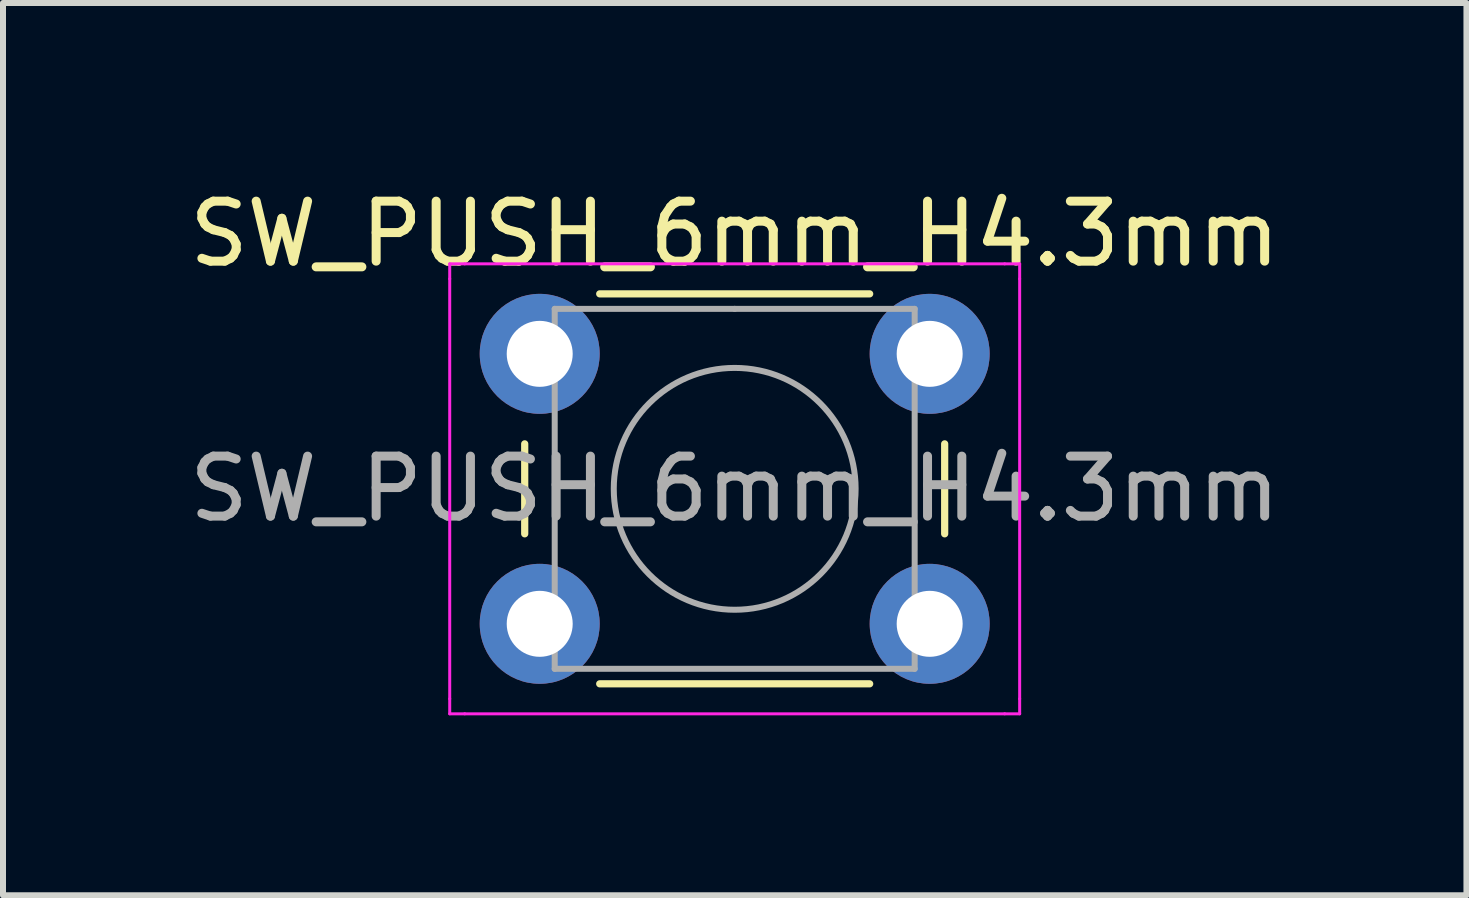
<source format=kicad_pcb>
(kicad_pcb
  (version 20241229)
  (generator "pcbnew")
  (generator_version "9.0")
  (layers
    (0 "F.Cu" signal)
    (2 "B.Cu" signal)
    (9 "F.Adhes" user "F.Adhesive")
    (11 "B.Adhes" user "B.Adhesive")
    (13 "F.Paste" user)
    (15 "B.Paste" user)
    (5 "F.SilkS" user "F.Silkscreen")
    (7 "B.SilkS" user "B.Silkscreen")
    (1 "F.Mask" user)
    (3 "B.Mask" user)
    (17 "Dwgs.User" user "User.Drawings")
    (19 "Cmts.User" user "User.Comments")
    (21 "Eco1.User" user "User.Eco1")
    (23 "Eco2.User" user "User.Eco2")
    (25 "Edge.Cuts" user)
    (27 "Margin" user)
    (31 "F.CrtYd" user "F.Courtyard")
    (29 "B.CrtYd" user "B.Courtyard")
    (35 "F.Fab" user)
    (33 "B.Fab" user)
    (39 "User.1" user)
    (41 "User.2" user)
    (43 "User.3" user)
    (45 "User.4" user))
  (footprint "SW_PUSH_6mm_H4.3mm"
    (layer "F.Cu")
    (at 5.946 2.848)
    (property "Reference" "SW_PUSH_6mm_H4.3mm" (at 3.25 -2 180) (layer "F.SilkS") (effects (font (size 1 1) (thickness 0.15))))
    (attr through_hole)
    (fp_line (start -0.25 1.5) (end -0.25 3) (stroke (width 0.12) (type solid)) (layer "F.SilkS"))
    (fp_line (start 1 5.5) (end 5.5 5.5) (stroke (width 0.12) (type solid)) (layer "F.SilkS"))
    (fp_line (start 5.5 -1) (end 1 -1) (stroke (width 0.12) (type solid)) (layer "F.SilkS"))
    (fp_line (start 6.75 3) (end 6.75 1.5) (stroke (width 0.12) (type solid)) (layer "F.SilkS"))
    (fp_line (start -1.5 -1.5) (end -1.25 -1.5) (stroke (width 0.05) (type solid)) (layer "F.CrtYd"))
    (fp_line (start -1.5 -1.25) (end -1.5 -1.5) (stroke (width 0.05) (type solid)) (layer "F.CrtYd"))
    (fp_line (start -1.5 5.75) (end -1.5 -1.25) (stroke (width 0.05) (type solid)) (layer "F.CrtYd"))
    (fp_line (start -1.5 5.75) (end -1.5 6) (stroke (width 0.05) (type solid)) (layer "F.CrtYd"))
    (fp_line (start -1.5 6) (end -1.25 6) (stroke (width 0.05) (type solid)) (layer "F.CrtYd"))
    (fp_line (start -1.25 -1.5) (end 7.75 -1.5) (stroke (width 0.05) (type solid)) (layer "F.CrtYd"))
    (fp_line (start 7.75 -1.5) (end 8 -1.5) (stroke (width 0.05) (type solid)) (layer "F.CrtYd"))
    (fp_line (start 7.75 6) (end -1.25 6) (stroke (width 0.05) (type solid)) (layer "F.CrtYd"))
    (fp_line (start 7.75 6) (end 8 6) (stroke (width 0.05) (type solid)) (layer "F.CrtYd"))
    (fp_line (start 8 -1.5) (end 8 -1.25) (stroke (width 0.05) (type solid)) (layer "F.CrtYd"))
    (fp_line (start 8 -1.25) (end 8 5.75) (stroke (width 0.05) (type solid)) (layer "F.CrtYd"))
    (fp_line (start 8 6) (end 8 5.75) (stroke (width 0.05) (type solid)) (layer "F.CrtYd"))
    (fp_line (start 0.25 -0.75) (end 3.25 -0.75) (stroke (width 0.1) (type solid)) (layer "F.Fab"))
    (fp_line (start 0.25 5.25) (end 0.25 -0.75) (stroke (width 0.1) (type solid)) (layer "F.Fab"))
    (fp_line (start 3.25 -0.75) (end 6.25 -0.75) (stroke (width 0.1) (type solid)) (layer "F.Fab"))
    (fp_line (start 6.25 -0.75) (end 6.25 5.25) (stroke (width 0.1) (type solid)) (layer "F.Fab"))
    (fp_line (start 6.25 5.25) (end 0.25 5.25) (stroke (width 0.1) (type solid)) (layer "F.Fab"))
    (fp_circle (center 3.25 2.25) (end 1.25 2.5) (stroke (width 0.1) (type solid)) (fill no) (layer "F.Fab"))
    (fp_text user "${REFERENCE}" (at 3.25 2.25 180) (layer "F.Fab") (effects (font (size 1 1) (thickness 0.15))))
    (pad "1" thru_hole circle (at 0 0 90) (size 2 2) (drill 1.1) (layers "*.Cu" "*.Mask"))
    (pad "2" thru_hole circle (at 6.5 0 90) (size 2 2) (drill 1.1) (layers "*.Cu" "*.Mask"))
    (pad "3" thru_hole circle (at 0 4.5 90) (size 2 2) (drill 1.1) (layers "*.Cu" "*.Mask"))
    (pad "4" thru_hole circle (at 6.5 4.5 90) (size 2 2) (drill 1.1) (layers "*.Cu" "*.Mask")))
  (gr_rect
    (start -3 -3)
    (end 21.393 11.873)
    (stroke (width 0.1) (type default))
    (fill no)
    (layer "Edge.Cuts")))
</source>
